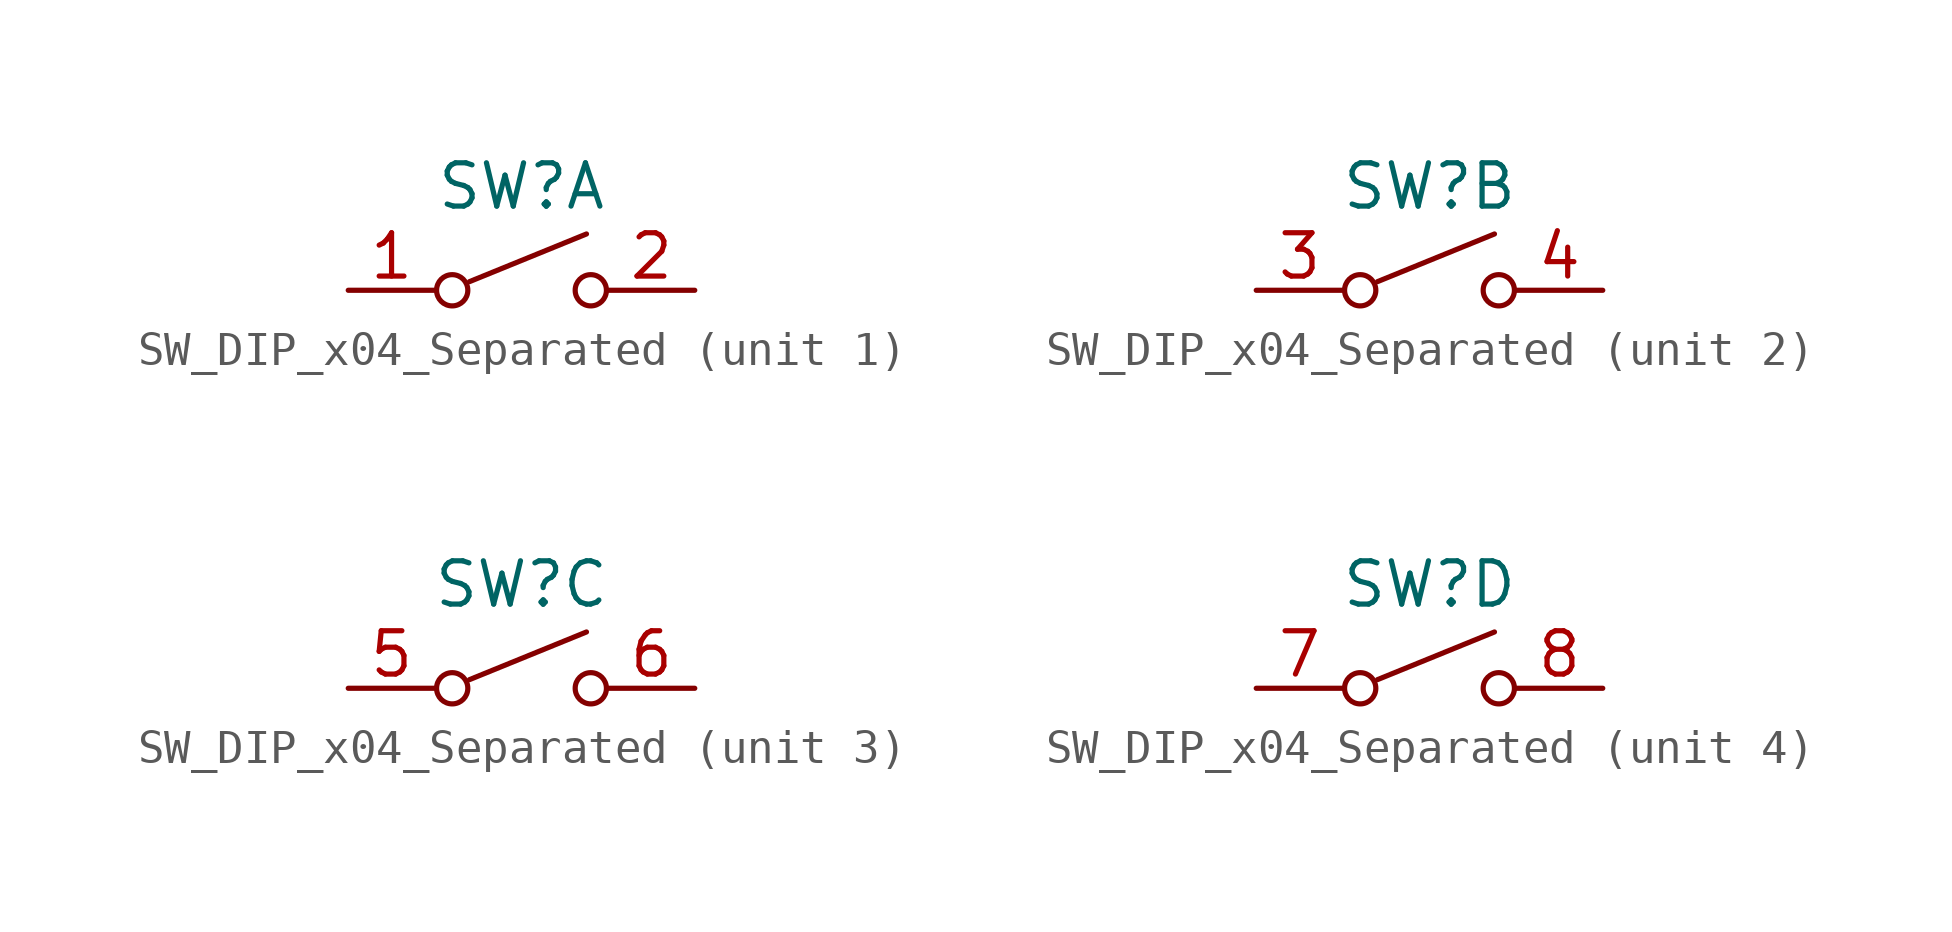
<source format=kicad_sym>
(kicad_symbol_lib
  (version 20220914)
  (generator kicad_symbol_editor)
  (symbol "SW_DIP_x04_Separated"
    (property "Reference" "SW"
      (at 0 3.048 0)
      (effects (font (size 1.27 1.27))))
    (property "Value" ""
      (at 0 0 0)
      (effects (font (size 1.27 1.27))))
    (symbol "SW_DIP_x04_Separated_0_1"
      (circle (center -2.032 0) (radius 0.458) (stroke (width 0) (type default)) (fill (type none)))
      (polyline (pts (xy -1.524 0.254) (xy 1.905 1.651)) (stroke (width 0) (type default)) (fill (type none)))
      (circle (center 2.032 0) (radius 0.458) (stroke (width 0) (type default)) (fill (type none))))
    (symbol "SW_DIP_x04_Separated_1_1"
      (pin passive line (at -5.08 0 0) (length 2.54) (name "" (effects (font (size 1.27 1.27)))) (number "1" (effects (font (size 1.27 1.27)))))
      (pin passive line (at 5.08 0 180) (length 2.54) (name "" (effects (font (size 1.27 1.27)))) (number "2" (effects (font (size 1.27 1.27))))))
    (symbol "SW_DIP_x04_Separated_2_1"
      (pin passive line (at -5.08 0 0) (length 2.54) (name "" (effects (font (size 1.27 1.27)))) (number "3" (effects (font (size 1.27 1.27)))))
      (pin passive line (at 5.08 0 180) (length 2.54) (name "" (effects (font (size 1.27 1.27)))) (number "4" (effects (font (size 1.27 1.27))))))
    (symbol "SW_DIP_x04_Separated_3_1"
      (pin passive line (at -5.08 0 0) (length 2.54) (name "" (effects (font (size 1.27 1.27)))) (number "5" (effects (font (size 1.27 1.27)))))
      (pin passive line (at 5.08 0 180) (length 2.54) (name "" (effects (font (size 1.27 1.27)))) (number "6" (effects (font (size 1.27 1.27))))))
    (symbol "SW_DIP_x04_Separated_4_1"
      (pin passive line (at -5.08 0 0) (length 2.54) (name "" (effects (font (size 1.27 1.27)))) (number "7" (effects (font (size 1.27 1.27)))))
      (pin passive line (at 5.08 0 180) (length 2.54) (name "" (effects (font (size 1.27 1.27)))) (number "8" (effects (font (size 1.27 1.27))))))))
</source>
